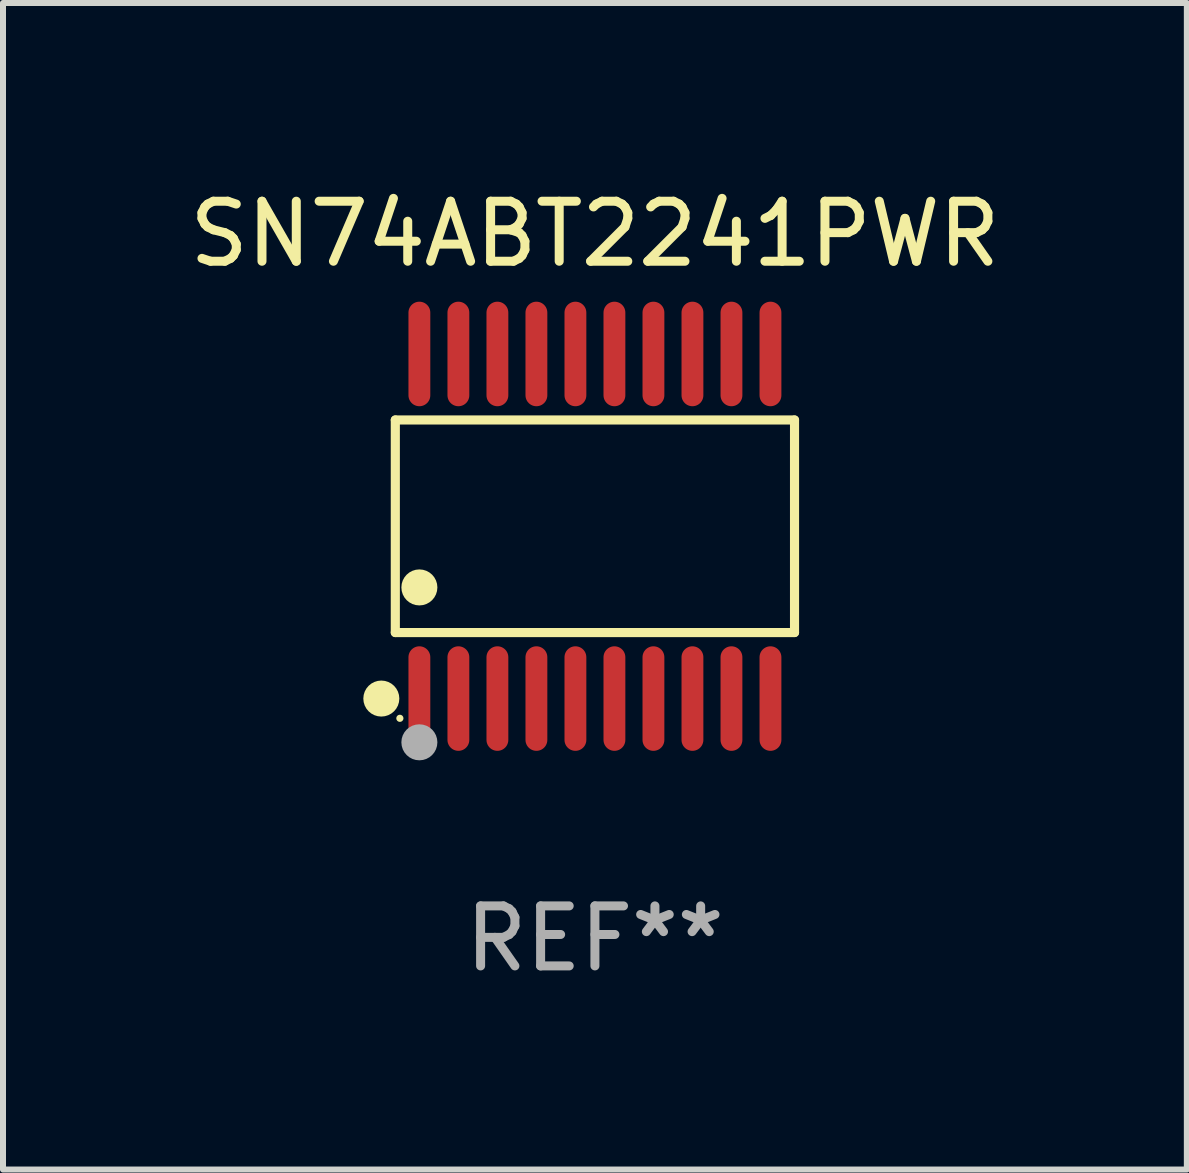
<source format=kicad_pcb>
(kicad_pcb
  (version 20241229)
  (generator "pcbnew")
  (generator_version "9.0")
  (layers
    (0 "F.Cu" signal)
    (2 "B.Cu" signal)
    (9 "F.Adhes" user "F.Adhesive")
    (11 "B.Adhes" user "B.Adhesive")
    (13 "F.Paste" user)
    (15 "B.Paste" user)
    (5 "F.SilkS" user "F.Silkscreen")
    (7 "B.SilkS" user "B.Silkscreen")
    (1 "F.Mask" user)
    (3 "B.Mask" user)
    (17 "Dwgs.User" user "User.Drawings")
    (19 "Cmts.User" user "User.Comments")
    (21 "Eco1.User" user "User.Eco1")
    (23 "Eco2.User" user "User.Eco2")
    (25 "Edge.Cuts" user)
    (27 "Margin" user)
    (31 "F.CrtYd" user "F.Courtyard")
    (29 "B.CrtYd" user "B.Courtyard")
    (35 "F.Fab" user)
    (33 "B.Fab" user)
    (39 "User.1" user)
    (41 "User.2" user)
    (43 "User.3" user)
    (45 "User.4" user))
  (footprint "SN74ABT2241PWR"
    (layer "F.Cu")
    (at 6.863 5.719)
    (property "Reference" "SN74ABT2241PWR" (at 0 -4.871 0) (layer "F.SilkS") (effects (font (size 1 1) (thickness 0.15))))
    (attr through_hole)
    (fp_line (start -3.326 -1.771) (end 3.326 -1.771) (stroke (width 0.152) (type solid)) (layer "F.SilkS"))
    (fp_line (start -3.326 1.771) (end -3.326 -1.771) (stroke (width 0.152) (type solid)) (layer "F.SilkS"))
    (fp_line (start 3.326 -1.771) (end 3.326 1.771) (stroke (width 0.152) (type solid)) (layer "F.SilkS"))
    (fp_line (start 3.326 1.771) (end -3.326 1.771) (stroke (width 0.152) (type solid)) (layer "F.SilkS"))
    (fp_circle (center -3.559 2.871) (end -3.409 2.871) (stroke (width 0.3) (type solid)) (fill no) (layer "F.SilkS"))
    (fp_circle (center -3.25 3.2) (end -3.22 3.2) (stroke (width 0.06) (type solid)) (fill no) (layer "F.SilkS"))
    (fp_circle (center -2.925 1.019) (end -2.775 1.019) (stroke (width 0.3) (type solid)) (fill no) (layer "F.SilkS"))
    (fp_circle (center -2.925 3.6) (end -2.775 3.6) (stroke (width 0.3) (type solid)) (fill no) (layer "F.Fab"))
    (fp_text user "REF**" (at 0 6.871 0) (layer "F.Fab") (effects (font (size 1 1) (thickness 0.15))))
    (pad "1" smd oval (at -2.925 2.871) (size 0.364 1.742) (layers "F.Cu" "F.Mask" "F.Paste"))
    (pad "2" smd oval (at -2.275 2.871) (size 0.364 1.742) (layers "F.Cu" "F.Mask" "F.Paste"))
    (pad "3" smd oval (at -1.625 2.871) (size 0.364 1.742) (layers "F.Cu" "F.Mask" "F.Paste"))
    (pad "4" smd oval (at -0.975 2.871) (size 0.364 1.742) (layers "F.Cu" "F.Mask" "F.Paste"))
    (pad "5" smd oval (at -0.325 2.871) (size 0.364 1.742) (layers "F.Cu" "F.Mask" "F.Paste"))
    (pad "6" smd oval (at 0.325 2.871) (size 0.364 1.742) (layers "F.Cu" "F.Mask" "F.Paste"))
    (pad "7" smd oval (at 0.975 2.871) (size 0.364 1.742) (layers "F.Cu" "F.Mask" "F.Paste"))
    (pad "8" smd oval (at 1.625 2.871) (size 0.364 1.742) (layers "F.Cu" "F.Mask" "F.Paste"))
    (pad "9" smd oval (at 2.275 2.871) (size 0.364 1.742) (layers "F.Cu" "F.Mask" "F.Paste"))
    (pad "10" smd oval (at 2.925 2.871) (size 0.364 1.742) (layers "F.Cu" "F.Mask" "F.Paste"))
    (pad "11" smd oval (at 2.925 -2.871) (size 0.364 1.742) (layers "F.Cu" "F.Mask" "F.Paste"))
    (pad "12" smd oval (at 2.275 -2.871) (size 0.364 1.742) (layers "F.Cu" "F.Mask" "F.Paste"))
    (pad "13" smd oval (at 1.625 -2.871) (size 0.364 1.742) (layers "F.Cu" "F.Mask" "F.Paste"))
    (pad "14" smd oval (at 0.975 -2.871) (size 0.364 1.742) (layers "F.Cu" "F.Mask" "F.Paste"))
    (pad "15" smd oval (at 0.325 -2.871) (size 0.364 1.742) (layers "F.Cu" "F.Mask" "F.Paste"))
    (pad "16" smd oval (at -0.325 -2.871) (size 0.364 1.742) (layers "F.Cu" "F.Mask" "F.Paste"))
    (pad "17" smd oval (at -0.975 -2.871) (size 0.364 1.742) (layers "F.Cu" "F.Mask" "F.Paste"))
    (pad "18" smd oval (at -1.625 -2.871) (size 0.364 1.742) (layers "F.Cu" "F.Mask" "F.Paste"))
    (pad "19" smd oval (at -2.275 -2.871) (size 0.364 1.742) (layers "F.Cu" "F.Mask" "F.Paste"))
    (pad "20" smd oval (at -2.925 -2.871) (size 0.364 1.742) (layers "F.Cu" "F.Mask" "F.Paste")))
  (gr_rect
    (start -3 -3)
    (end 16.726 16.438)
    (stroke (width 0.1) (type default))
    (fill no)
    (layer "Edge.Cuts")))
</source>
